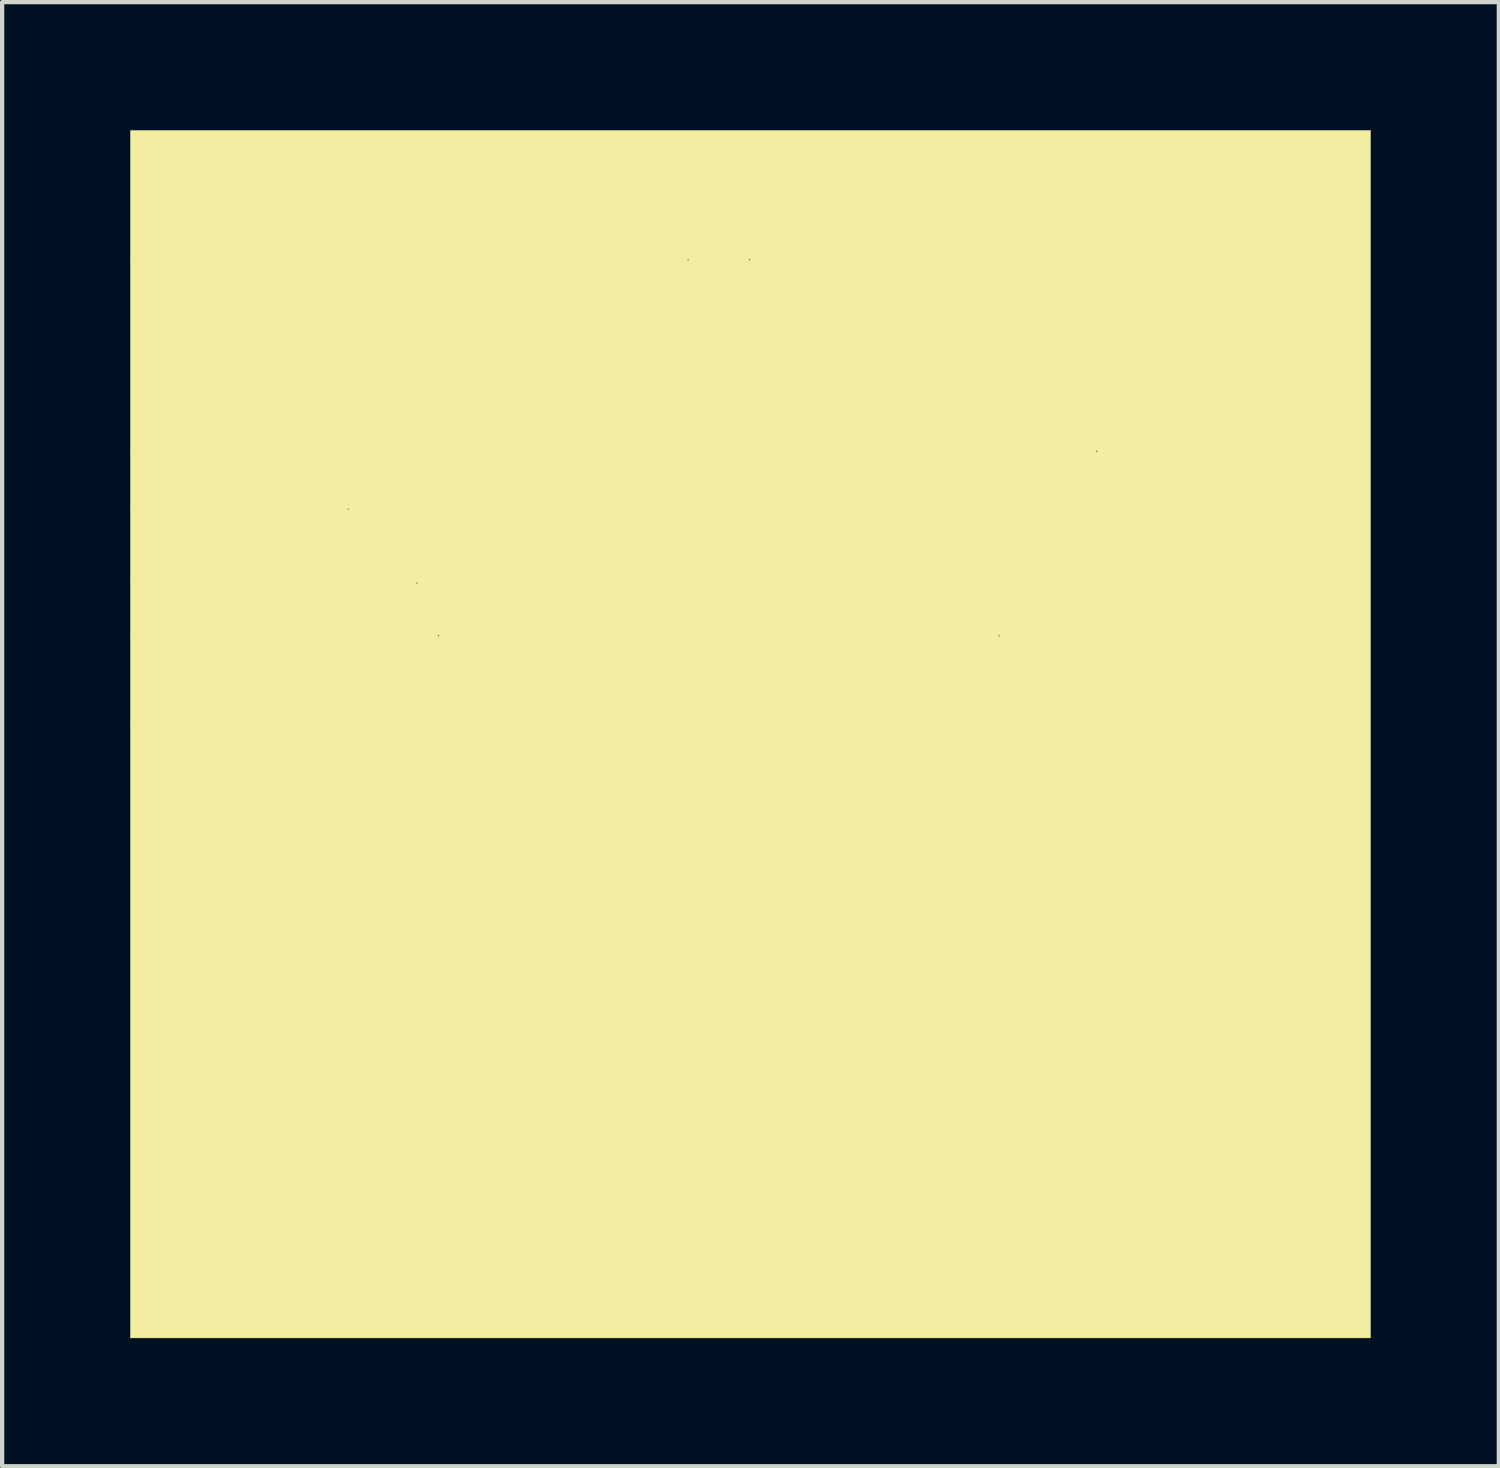
<source format=kicad_pcb>
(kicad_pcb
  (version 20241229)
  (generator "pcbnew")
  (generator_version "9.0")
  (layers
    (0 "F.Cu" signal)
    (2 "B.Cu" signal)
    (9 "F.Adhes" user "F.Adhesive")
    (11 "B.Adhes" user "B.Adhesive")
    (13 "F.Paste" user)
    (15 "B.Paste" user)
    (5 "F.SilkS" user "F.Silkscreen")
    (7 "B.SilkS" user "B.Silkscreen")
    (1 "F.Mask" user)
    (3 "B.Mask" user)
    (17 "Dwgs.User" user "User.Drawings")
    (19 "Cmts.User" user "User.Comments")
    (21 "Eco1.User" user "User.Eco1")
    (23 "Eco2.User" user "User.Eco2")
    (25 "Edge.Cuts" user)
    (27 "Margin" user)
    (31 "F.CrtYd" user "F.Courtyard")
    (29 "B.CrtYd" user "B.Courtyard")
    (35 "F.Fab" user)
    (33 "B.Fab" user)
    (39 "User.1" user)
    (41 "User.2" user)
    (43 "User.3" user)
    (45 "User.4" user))
  (footprint "BeardLogoR1"
    (layer "F.Cu")
    (at 14.525 14.144)
    (property "Reference" "BeardLogoR1" (at 0 0 0) (layer "F.SilkS") (effects (font (size 1.524 1.524) (thickness 0.3))))
    (attr through_hole)
    (fp_poly (pts (xy 14.52 14.139) (xy -14.52 14.139) (xy -14.52 -0.275) (xy -5.419 -0.275) (xy -5.397 -0.254) (xy -5.376 -0.275) (xy 3.895 -0.275) (xy 3.916 -0.254) (xy 3.937 -0.275) (xy 3.916 -0.296) (xy 3.895 -0.275) (xy -5.376 -0.275) (xy -5.397 -0.296) (xy -5.419 -0.275) (xy -14.52 -0.275) (xy -14.52 -2.307) (xy -7.324 -2.307) (xy -7.303 -2.286) (xy -7.281 -2.307) (xy 5.8 -2.307) (xy 5.821 -2.286) (xy 5.842 -2.307) (xy 5.821 -2.328) (xy 5.8 -2.307) (xy -7.281 -2.307) (xy -7.303 -2.328) (xy -7.324 -2.307) (xy -14.52 -2.307) (xy -14.52 -3.535) (xy -7.832 -3.535) (xy -7.811 -3.514) (xy -7.789 -3.535) (xy -7.811 -3.556) (xy -7.832 -3.535) (xy -14.52 -3.535) (xy -14.52 -5.271) (xy -9.44 -5.271) (xy -9.419 -5.249) (xy -9.398 -5.271) (xy -9.419 -5.292) (xy -9.44 -5.271) (xy -14.52 -5.271) (xy -14.52 -6.625) (xy 8.086 -6.625) (xy 8.107 -6.604) (xy 8.128 -6.625) (xy 8.107 -6.646) (xy 8.086 -6.625) (xy -14.52 -6.625) (xy -14.52 -11.113) (xy -1.482 -11.113) (xy -1.46 -11.091) (xy -1.439 -11.113) (xy -0.042 -11.113) (xy -0.021 -11.091) (xy 0 -11.113) (xy -0.021 -11.134) (xy -0.042 -11.113) (xy -1.439 -11.113) (xy -1.46 -11.134) (xy -1.482 -11.113) (xy -14.52 -11.113) (xy -14.52 -14.139) (xy 14.52 -14.139) (xy 14.52 14.139)) (stroke (width 0.01) (type solid)) (fill yes) (layer "F.SilkS")))
  (gr_rect
    (start -3 -3)
    (end 32.051 31.289)
    (stroke (width 0.1) (type default))
    (fill no)
    (layer "Edge.Cuts")))
</source>
